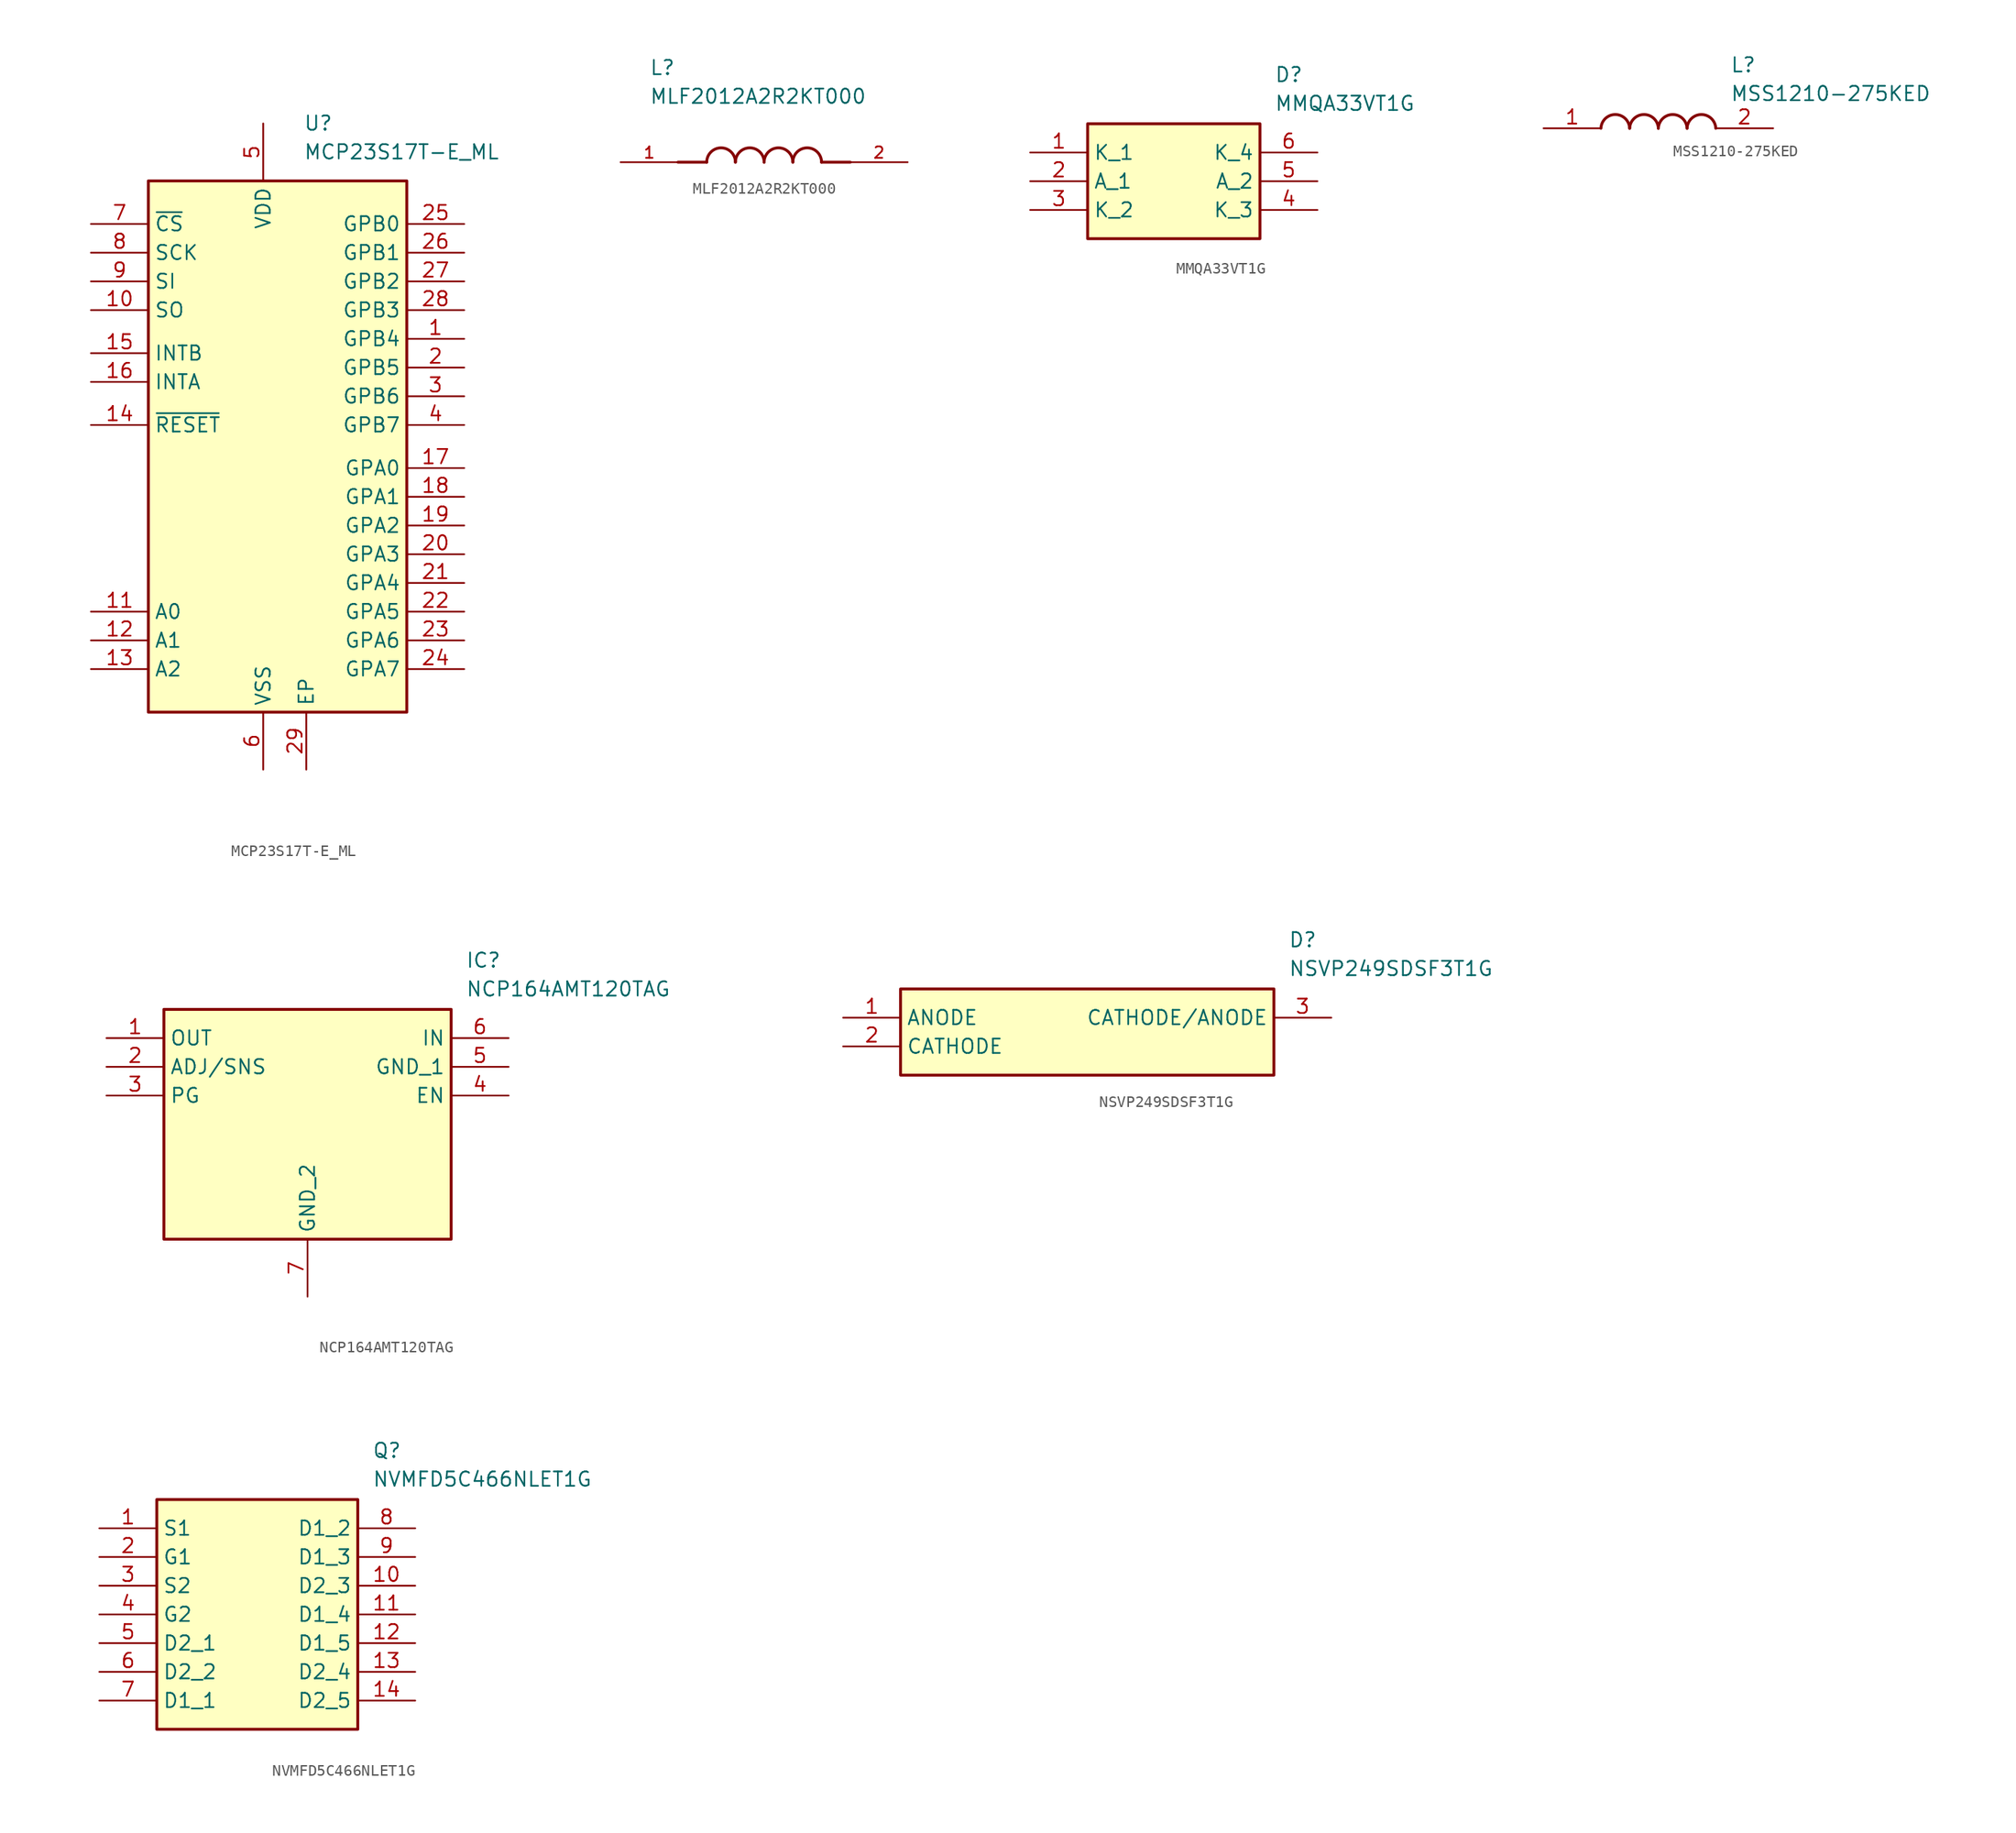
<source format=kicad_sym>
(kicad_symbol_lib
  (version 20241209)
  (generator "kicad_symbol_editor")
  (generator_version "9.0")
  (symbol "MCP23S17T-E_ML"
    (property "Reference" "U"
      (at 20.066 16.002 0)
      (effects (font (size 1.27 1.27)) (justify left top)))
    (property "Value" "MCP23S17T-E_ML"
      (at 20.066 13.462 0)
      (effects (font (size 1.27 1.27)) (justify left top)))
    (symbol "MCP23S17T-E_ML_1_1"
      (rectangle (start 6.35 10.16) (end 29.21 -36.83) (stroke (width 0.254) (type default)) (fill (type background)))
      (pin passive line (at 1.27 6.35 0) (length 5.08) (name "~{CS}" (effects (font (size 1.27 1.27)))) (number "7" (effects (font (size 1.27 1.27)))))
      (pin passive line (at 1.27 3.81 0) (length 5.08) (name "SCK" (effects (font (size 1.27 1.27)))) (number "8" (effects (font (size 1.27 1.27)))))
      (pin passive line (at 1.27 1.27 0) (length 5.08) (name "SI" (effects (font (size 1.27 1.27)))) (number "9" (effects (font (size 1.27 1.27)))))
      (pin passive line (at 1.27 -1.27 0) (length 5.08) (name "SO" (effects (font (size 1.27 1.27)))) (number "10" (effects (font (size 1.27 1.27)))))
      (pin passive line (at 1.27 -5.08 0) (length 5.08) (name "INTB" (effects (font (size 1.27 1.27)))) (number "15" (effects (font (size 1.27 1.27)))))
      (pin passive line (at 1.27 -7.62 0) (length 5.08) (name "INTA" (effects (font (size 1.27 1.27)))) (number "16" (effects (font (size 1.27 1.27)))))
      (pin passive line (at 1.27 -11.43 0) (length 5.08) (name "~{RESET}" (effects (font (size 1.27 1.27)))) (number "14" (effects (font (size 1.27 1.27)))))
      (pin passive line (at 1.27 -27.94 0) (length 5.08) (name "A0" (effects (font (size 1.27 1.27)))) (number "11" (effects (font (size 1.27 1.27)))))
      (pin passive line (at 1.27 -30.48 0) (length 5.08) (name "A1" (effects (font (size 1.27 1.27)))) (number "12" (effects (font (size 1.27 1.27)))))
      (pin passive line (at 1.27 -33.02 0) (length 5.08) (name "A2" (effects (font (size 1.27 1.27)))) (number "13" (effects (font (size 1.27 1.27)))))
      (pin passive line (at 16.51 15.24 270) (length 5.08) (name "VDD" (effects (font (size 1.27 1.27)))) (number "5" (effects (font (size 1.27 1.27)))))
      (pin passive line (at 16.51 -41.91 90) (length 5.08) (name "VSS" (effects (font (size 1.27 1.27)))) (number "6" (effects (font (size 1.27 1.27)))))
      (pin passive line (at 20.32 -41.91 90) (length 5.08) (name "EP" (effects (font (size 1.27 1.27)))) (number "29" (effects (font (size 1.27 1.27)))))
      (pin passive line (at 34.29 6.35 180) (length 5.08) (name "GPB0" (effects (font (size 1.27 1.27)))) (number "25" (effects (font (size 1.27 1.27)))))
      (pin passive line (at 34.29 3.81 180) (length 5.08) (name "GPB1" (effects (font (size 1.27 1.27)))) (number "26" (effects (font (size 1.27 1.27)))))
      (pin passive line (at 34.29 1.27 180) (length 5.08) (name "GPB2" (effects (font (size 1.27 1.27)))) (number "27" (effects (font (size 1.27 1.27)))))
      (pin passive line (at 34.29 -1.27 180) (length 5.08) (name "GPB3" (effects (font (size 1.27 1.27)))) (number "28" (effects (font (size 1.27 1.27)))))
      (pin passive line (at 34.29 -3.81 180) (length 5.08) (name "GPB4" (effects (font (size 1.27 1.27)))) (number "1" (effects (font (size 1.27 1.27)))))
      (pin passive line (at 34.29 -6.35 180) (length 5.08) (name "GPB5" (effects (font (size 1.27 1.27)))) (number "2" (effects (font (size 1.27 1.27)))))
      (pin passive line (at 34.29 -8.89 180) (length 5.08) (name "GPB6" (effects (font (size 1.27 1.27)))) (number "3" (effects (font (size 1.27 1.27)))))
      (pin passive line (at 34.29 -11.43 180) (length 5.08) (name "GPB7" (effects (font (size 1.27 1.27)))) (number "4" (effects (font (size 1.27 1.27)))))
      (pin passive line (at 34.29 -15.24 180) (length 5.08) (name "GPA0" (effects (font (size 1.27 1.27)))) (number "17" (effects (font (size 1.27 1.27)))))
      (pin passive line (at 34.29 -17.78 180) (length 5.08) (name "GPA1" (effects (font (size 1.27 1.27)))) (number "18" (effects (font (size 1.27 1.27)))))
      (pin passive line (at 34.29 -20.32 180) (length 5.08) (name "GPA2" (effects (font (size 1.27 1.27)))) (number "19" (effects (font (size 1.27 1.27)))))
      (pin passive line (at 34.29 -22.86 180) (length 5.08) (name "GPA3" (effects (font (size 1.27 1.27)))) (number "20" (effects (font (size 1.27 1.27)))))
      (pin passive line (at 34.29 -25.4 180) (length 5.08) (name "GPA4" (effects (font (size 1.27 1.27)))) (number "21" (effects (font (size 1.27 1.27)))))
      (pin passive line (at 34.29 -27.94 180) (length 5.08) (name "GPA5" (effects (font (size 1.27 1.27)))) (number "22" (effects (font (size 1.27 1.27)))))
      (pin passive line (at 34.29 -30.48 180) (length 5.08) (name "GPA6" (effects (font (size 1.27 1.27)))) (number "23" (effects (font (size 1.27 1.27)))))
      (pin passive line (at 34.29 -33.02 180) (length 5.08) (name "GPA7" (effects (font (size 1.27 1.27)))) (number "24" (effects (font (size 1.27 1.27)))))))
  (symbol "MLF2012A2R2KT000"
    (pin_names
      (offset 1.016))
    (property "Reference" "L"
      (at -10.16 7.62 0)
      (effects (font (size 1.27 1.27)) (justify left bottom)))
    (property "Value" "MLF2012A2R2KT000"
      (at -10.16 5.08 0)
      (effects (font (size 1.27 1.27)) (justify left bottom)))
    (symbol "MLF2012A2R2KT000_0_0"
      (polyline (pts (xy -5.08 0) (xy -7.62 0)) (stroke (width 0.254) (type default)) (fill (type none)))
      (arc (start -5.08 0) (mid -3.81 1.2645) (end -2.54 0) (stroke (width 0.254) (type default)) (fill (type none)))
      (arc (start -2.54 0) (mid -1.27 1.2645) (end 0 0) (stroke (width 0.254) (type default)) (fill (type none)))
      (arc (start 0 0) (mid 1.27 1.2645) (end 2.54 0) (stroke (width 0.254) (type default)) (fill (type none)))
      (arc (start 2.54 0) (mid 3.81 1.2645) (end 5.08 0) (stroke (width 0.254) (type default)) (fill (type none)))
      (polyline (pts (xy 5.08 0) (xy 7.62 0)) (stroke (width 0.254) (type default)) (fill (type none)))
      (pin passive line (at -12.7 0 0) (length 5.08) (name "~" (effects (font (size 1.016 1.016)))) (number "1" (effects (font (size 1.016 1.016)))))
      (pin passive line (at 12.7 0 180) (length 5.08) (name "~" (effects (font (size 1.016 1.016)))) (number "2" (effects (font (size 1.016 1.016)))))))
  (symbol "MMQA33VT1G"
    (property "Reference" "D"
      (at 21.59 7.62 0)
      (effects (font (size 1.27 1.27)) (justify left top)))
    (property "Value" "MMQA33VT1G"
      (at 21.59 5.08 0)
      (effects (font (size 1.27 1.27)) (justify left top)))
    (symbol "MMQA33VT1G_1_1"
      (rectangle (start 5.08 2.54) (end 20.32 -7.62) (stroke (width 0.254) (type default)) (fill (type background)))
      (pin passive line (at 0 0 0) (length 5.08) (name "K_1" (effects (font (size 1.27 1.27)))) (number "1" (effects (font (size 1.27 1.27)))))
      (pin passive line (at 0 -2.54 0) (length 5.08) (name "A_1" (effects (font (size 1.27 1.27)))) (number "2" (effects (font (size 1.27 1.27)))))
      (pin passive line (at 0 -5.08 0) (length 5.08) (name "K_2" (effects (font (size 1.27 1.27)))) (number "3" (effects (font (size 1.27 1.27)))))
      (pin passive line (at 25.4 0 180) (length 5.08) (name "K_4" (effects (font (size 1.27 1.27)))) (number "6" (effects (font (size 1.27 1.27)))))
      (pin passive line (at 25.4 -2.54 180) (length 5.08) (name "A_2" (effects (font (size 1.27 1.27)))) (number "5" (effects (font (size 1.27 1.27)))))
      (pin passive line (at 25.4 -5.08 180) (length 5.08) (name "K_3" (effects (font (size 1.27 1.27)))) (number "4" (effects (font (size 1.27 1.27)))))))
  (symbol "MSS1210-275KED"
    (pin_names
      (hide yes))
    (property "Reference" "L"
      (at 16.51 6.35 0)
      (effects (font (size 1.27 1.27)) (justify left top)))
    (property "Value" "MSS1210-275KED"
      (at 16.51 3.81 0)
      (effects (font (size 1.27 1.27)) (justify left top)))
    (symbol "MSS1210-275KED_1_1"
      (arc (start 5.08 0) (mid 6.35 1.219) (end 7.62 0) (stroke (width 0.254) (type default)) (fill (type none)))
      (arc (start 7.62 0) (mid 8.89 1.219) (end 10.16 0) (stroke (width 0.254) (type default)) (fill (type none)))
      (arc (start 10.16 0) (mid 11.43 1.219) (end 12.7 0) (stroke (width 0.254) (type default)) (fill (type none)))
      (arc (start 12.7 0) (mid 13.97 1.219) (end 15.24 0) (stroke (width 0.254) (type default)) (fill (type none)))
      (pin passive line (at 0 0 0) (length 5.08) (name "1" (effects (font (size 1.27 1.27)))) (number "1" (effects (font (size 1.27 1.27)))))
      (pin passive line (at 20.32 0 180) (length 5.08) (name "2" (effects (font (size 1.27 1.27)))) (number "2" (effects (font (size 1.27 1.27)))))))
  (symbol "NCP164AMT120TAG"
    (property "Reference" "IC"
      (at 31.75 7.62 0)
      (effects (font (size 1.27 1.27)) (justify left top)))
    (property "Value" "NCP164AMT120TAG"
      (at 31.75 5.08 0)
      (effects (font (size 1.27 1.27)) (justify left top)))
    (symbol "NCP164AMT120TAG_1_1"
      (rectangle (start 5.08 2.54) (end 30.48 -17.78) (stroke (width 0.254) (type default)) (fill (type background)))
      (pin passive line (at 0 0 0) (length 5.08) (name "OUT" (effects (font (size 1.27 1.27)))) (number "1" (effects (font (size 1.27 1.27)))))
      (pin passive line (at 0 -2.54 0) (length 5.08) (name "ADJ/SNS" (effects (font (size 1.27 1.27)))) (number "2" (effects (font (size 1.27 1.27)))))
      (pin passive line (at 0 -5.08 0) (length 5.08) (name "PG" (effects (font (size 1.27 1.27)))) (number "3" (effects (font (size 1.27 1.27)))))
      (pin passive line (at 17.78 -22.86 90) (length 5.08) (name "GND_2" (effects (font (size 1.27 1.27)))) (number "7" (effects (font (size 1.27 1.27)))))
      (pin passive line (at 35.56 0 180) (length 5.08) (name "IN" (effects (font (size 1.27 1.27)))) (number "6" (effects (font (size 1.27 1.27)))))
      (pin passive line (at 35.56 -2.54 180) (length 5.08) (name "GND_1" (effects (font (size 1.27 1.27)))) (number "5" (effects (font (size 1.27 1.27)))))
      (pin passive line (at 35.56 -5.08 180) (length 5.08) (name "EN" (effects (font (size 1.27 1.27)))) (number "4" (effects (font (size 1.27 1.27)))))))
  (symbol "NSVP249SDSF3T1G"
    (property "Reference" "D"
      (at 39.37 7.62 0)
      (effects (font (size 1.27 1.27)) (justify left top)))
    (property "Value" "NSVP249SDSF3T1G"
      (at 39.37 5.08 0)
      (effects (font (size 1.27 1.27)) (justify left top)))
    (symbol "NSVP249SDSF3T1G_1_1"
      (rectangle (start 5.08 2.54) (end 38.1 -5.08) (stroke (width 0.254) (type default)) (fill (type background)))
      (pin passive line (at 0 0 0) (length 5.08) (name "ANODE" (effects (font (size 1.27 1.27)))) (number "1" (effects (font (size 1.27 1.27)))))
      (pin passive line (at 0 -2.54 0) (length 5.08) (name "CATHODE" (effects (font (size 1.27 1.27)))) (number "2" (effects (font (size 1.27 1.27)))))
      (pin passive line (at 43.18 0 180) (length 5.08) (name "CATHODE/ANODE" (effects (font (size 1.27 1.27)))) (number "3" (effects (font (size 1.27 1.27)))))))
  (symbol "NVMFD5C466NLET1G"
    (property "Reference" "Q"
      (at 24.13 7.62 0)
      (effects (font (size 1.27 1.27)) (justify left top)))
    (property "Value" "NVMFD5C466NLET1G"
      (at 24.13 5.08 0)
      (effects (font (size 1.27 1.27)) (justify left top)))
    (symbol "NVMFD5C466NLET1G_1_1"
      (rectangle (start 5.08 2.54) (end 22.86 -17.78) (stroke (width 0.254) (type default)) (fill (type background)))
      (pin passive line (at 0 0 0) (length 5.08) (name "S1" (effects (font (size 1.27 1.27)))) (number "1" (effects (font (size 1.27 1.27)))))
      (pin passive line (at 0 -2.54 0) (length 5.08) (name "G1" (effects (font (size 1.27 1.27)))) (number "2" (effects (font (size 1.27 1.27)))))
      (pin passive line (at 0 -5.08 0) (length 5.08) (name "S2" (effects (font (size 1.27 1.27)))) (number "3" (effects (font (size 1.27 1.27)))))
      (pin passive line (at 0 -7.62 0) (length 5.08) (name "G2" (effects (font (size 1.27 1.27)))) (number "4" (effects (font (size 1.27 1.27)))))
      (pin passive line (at 0 -10.16 0) (length 5.08) (name "D2_1" (effects (font (size 1.27 1.27)))) (number "5" (effects (font (size 1.27 1.27)))))
      (pin passive line (at 0 -12.7 0) (length 5.08) (name "D2_2" (effects (font (size 1.27 1.27)))) (number "6" (effects (font (size 1.27 1.27)))))
      (pin passive line (at 0 -15.24 0) (length 5.08) (name "D1_1" (effects (font (size 1.27 1.27)))) (number "7" (effects (font (size 1.27 1.27)))))
      (pin passive line (at 27.94 0 180) (length 5.08) (name "D1_2" (effects (font (size 1.27 1.27)))) (number "8" (effects (font (size 1.27 1.27)))))
      (pin passive line (at 27.94 -2.54 180) (length 5.08) (name "D1_3" (effects (font (size 1.27 1.27)))) (number "9" (effects (font (size 1.27 1.27)))))
      (pin passive line (at 27.94 -5.08 180) (length 5.08) (name "D2_3" (effects (font (size 1.27 1.27)))) (number "10" (effects (font (size 1.27 1.27)))))
      (pin passive line (at 27.94 -7.62 180) (length 5.08) (name "D1_4" (effects (font (size 1.27 1.27)))) (number "11" (effects (font (size 1.27 1.27)))))
      (pin passive line (at 27.94 -10.16 180) (length 5.08) (name "D1_5" (effects (font (size 1.27 1.27)))) (number "12" (effects (font (size 1.27 1.27)))))
      (pin passive line (at 27.94 -12.7 180) (length 5.08) (name "D2_4" (effects (font (size 1.27 1.27)))) (number "13" (effects (font (size 1.27 1.27)))))
      (pin passive line (at 27.94 -15.24 180) (length 5.08) (name "D2_5" (effects (font (size 1.27 1.27)))) (number "14" (effects (font (size 1.27 1.27))))))))
</source>
